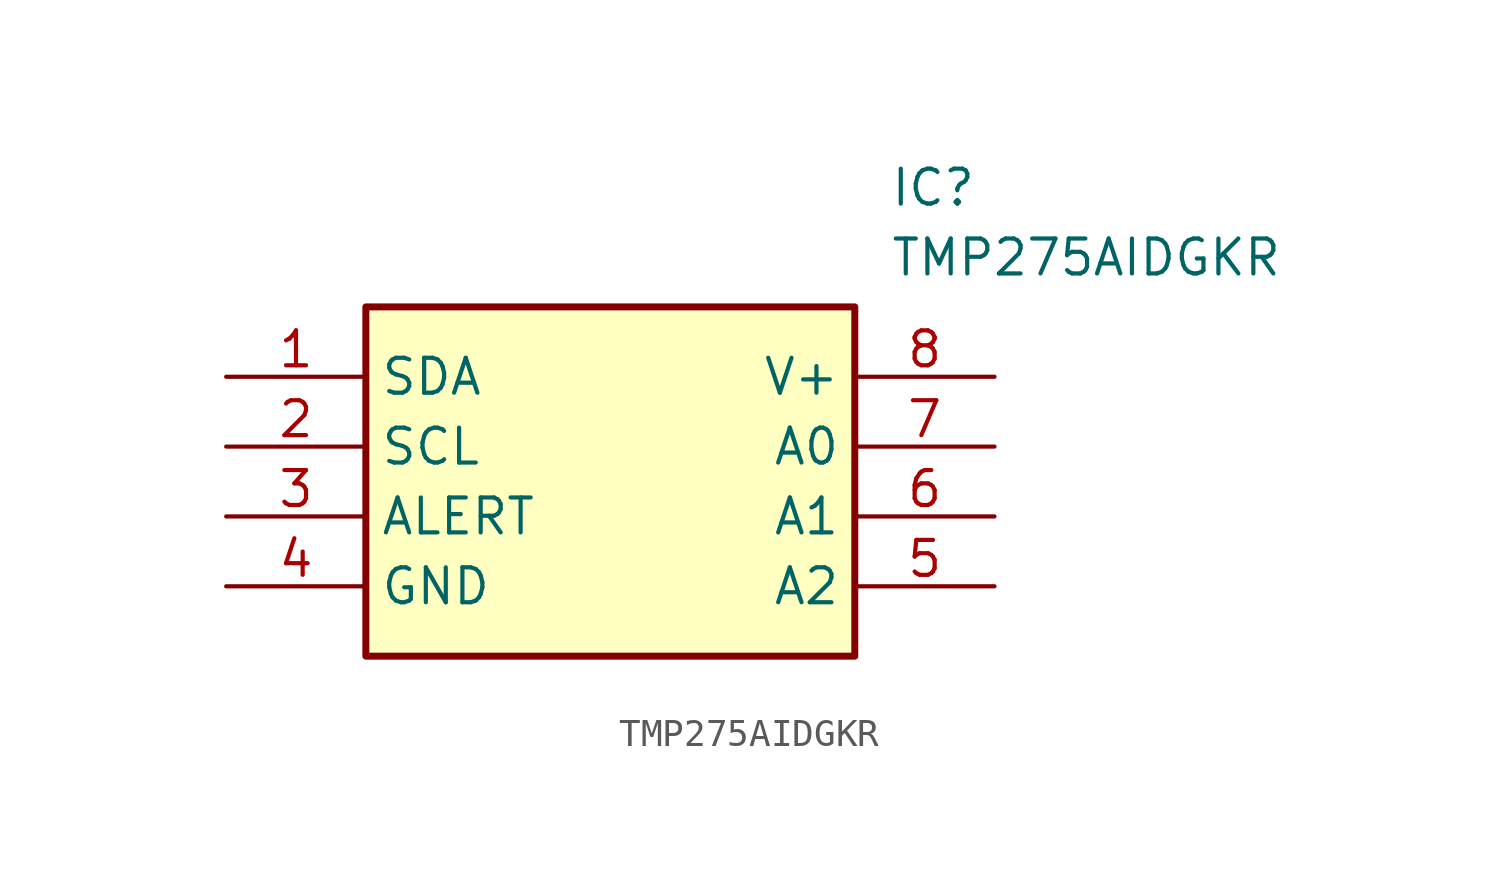
<source format=kicad_sym>
(kicad_symbol_lib
  (version 20211014)
  (generator SamacSys_ECAD_Model)
  (symbol "TMP275AIDGKR"
    (property "Reference" "IC"
      (at 24.13 7.62 0)
      (effects (font (size 1.27 1.27)) (justify left top)))
    (property "Value" "TMP275AIDGKR"
      (at 24.13 5.08 0)
      (effects (font (size 1.27 1.27)) (justify left top)))
    (rectangle
      (start 5.08 2.54)
      (end 22.86 -10.16)
      (stroke (width 0.254) (type default))
      (fill (type background)))
    (pin passive line
      (at 0 0 0)
      (length 5.08)
      (name "SDA" (effects (font (size 1.27 1.27))))
      (number "1" (effects (font (size 1.27 1.27)))))
    (pin passive line
      (at 0 -2.54 0)
      (length 5.08)
      (name "SCL" (effects (font (size 1.27 1.27))))
      (number "2" (effects (font (size 1.27 1.27)))))
    (pin passive line
      (at 0 -5.08 0)
      (length 5.08)
      (name "ALERT" (effects (font (size 1.27 1.27))))
      (number "3" (effects (font (size 1.27 1.27)))))
    (pin passive line
      (at 0 -7.62 0)
      (length 5.08)
      (name "GND" (effects (font (size 1.27 1.27))))
      (number "4" (effects (font (size 1.27 1.27)))))
    (pin passive line
      (at 27.94 0 180)
      (length 5.08)
      (name "V+" (effects (font (size 1.27 1.27))))
      (number "8" (effects (font (size 1.27 1.27)))))
    (pin passive line
      (at 27.94 -2.54 180)
      (length 5.08)
      (name "A0" (effects (font (size 1.27 1.27))))
      (number "7" (effects (font (size 1.27 1.27)))))
    (pin passive line
      (at 27.94 -5.08 180)
      (length 5.08)
      (name "A1" (effects (font (size 1.27 1.27))))
      (number "6" (effects (font (size 1.27 1.27)))))
    (pin passive line
      (at 27.94 -7.62 180)
      (length 5.08)
      (name "A2" (effects (font (size 1.27 1.27))))
      (number "5" (effects (font (size 1.27 1.27)))))))
</source>
